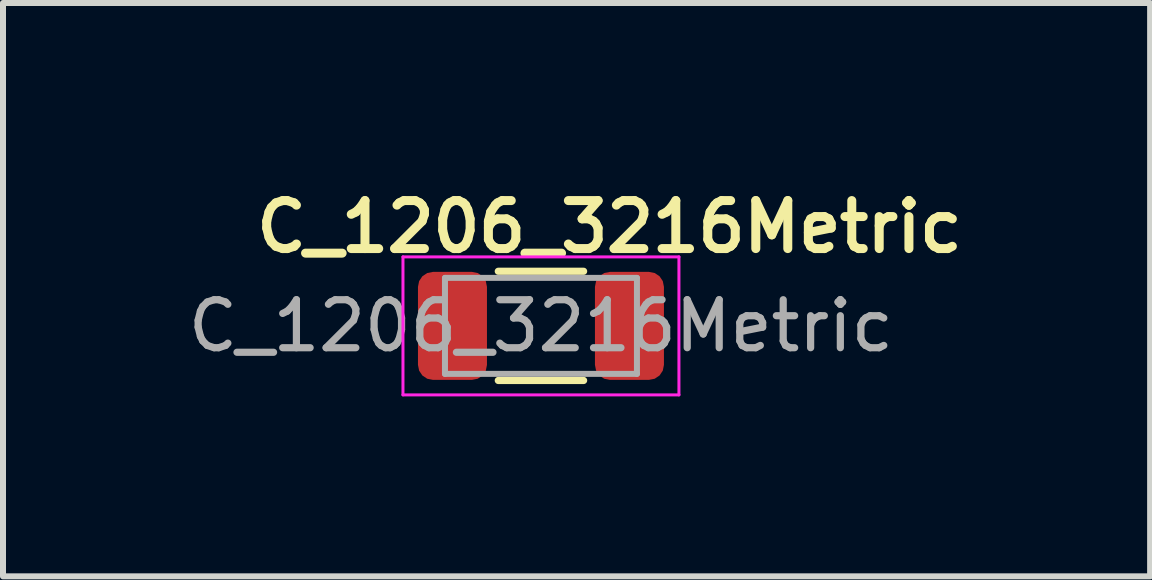
<source format=kicad_pcb>
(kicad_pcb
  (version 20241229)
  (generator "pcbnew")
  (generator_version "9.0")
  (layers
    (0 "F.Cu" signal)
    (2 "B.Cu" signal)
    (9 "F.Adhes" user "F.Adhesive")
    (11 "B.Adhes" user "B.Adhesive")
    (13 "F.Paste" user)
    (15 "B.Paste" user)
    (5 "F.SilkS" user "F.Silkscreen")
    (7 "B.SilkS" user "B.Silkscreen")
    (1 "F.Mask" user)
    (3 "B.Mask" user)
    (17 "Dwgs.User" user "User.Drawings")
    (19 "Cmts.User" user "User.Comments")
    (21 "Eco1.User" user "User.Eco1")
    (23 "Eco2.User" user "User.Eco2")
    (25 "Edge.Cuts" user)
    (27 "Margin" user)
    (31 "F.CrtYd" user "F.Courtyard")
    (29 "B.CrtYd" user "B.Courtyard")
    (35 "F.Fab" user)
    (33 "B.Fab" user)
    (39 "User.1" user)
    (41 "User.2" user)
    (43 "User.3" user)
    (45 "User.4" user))
  (footprint "C_1206_3216Metric"
    (layer "F.Cu")
    (at 5.967 2.382)
    (property "Reference" "C_1206_3216Metric" (at 1.143 -1.651 180) (layer "F.SilkS") (effects (font (size 0.8 0.8) (thickness 0.15))))
    (attr smd)
    (fp_line (start -0.711 -0.91) (end 0.711 -0.91) (stroke (width 0.12) (type solid)) (layer "F.SilkS"))
    (fp_line (start -0.711 0.91) (end 0.711 0.91) (stroke (width 0.12) (type solid)) (layer "F.SilkS"))
    (fp_line (start -2.3 -1.15) (end 2.3 -1.15) (stroke (width 0.05) (type solid)) (layer "F.CrtYd"))
    (fp_line (start -2.3 1.15) (end -2.3 -1.15) (stroke (width 0.05) (type solid)) (layer "F.CrtYd"))
    (fp_line (start 2.3 -1.15) (end 2.3 1.15) (stroke (width 0.05) (type solid)) (layer "F.CrtYd"))
    (fp_line (start 2.3 1.15) (end -2.3 1.15) (stroke (width 0.05) (type solid)) (layer "F.CrtYd"))
    (fp_line (start -1.6 -0.8) (end 1.6 -0.8) (stroke (width 0.1) (type solid)) (layer "F.Fab"))
    (fp_line (start -1.6 0.8) (end -1.6 -0.8) (stroke (width 0.1) (type solid)) (layer "F.Fab"))
    (fp_line (start 1.6 -0.8) (end 1.6 0.8) (stroke (width 0.1) (type solid)) (layer "F.Fab"))
    (fp_line (start 1.6 0.8) (end -1.6 0.8) (stroke (width 0.1) (type solid)) (layer "F.Fab"))
    (fp_text user "${REFERENCE}" (at 0 0 180) (layer "F.Fab") (effects (font (size 0.8 0.8) (thickness 0.12))))
    (pad "1" smd roundrect (at -1.475 0) (size 1.15 1.8) (layers "F.Cu" "F.Mask" "F.Paste") (roundrect_rratio 0.217))
    (pad "2" smd roundrect (at 1.475 0) (size 1.15 1.8) (layers "F.Cu" "F.Mask" "F.Paste") (roundrect_rratio 0.217)))
  (gr_rect
    (start -3 -3)
    (end 16.121 6.557)
    (stroke (width 0.1) (type default))
    (fill no)
    (layer "Edge.Cuts")))
</source>
